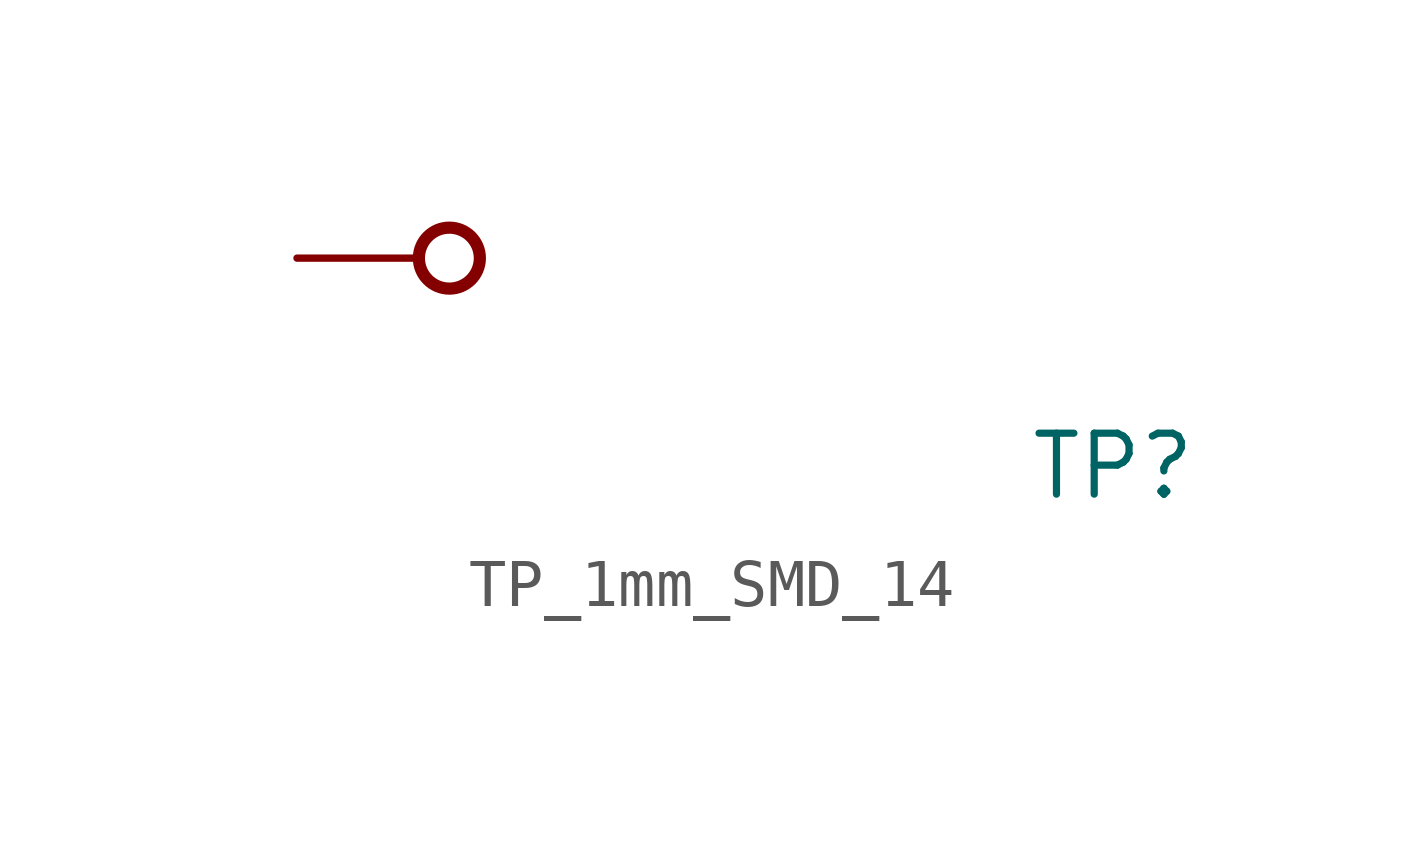
<source format=kicad_sym>
(kicad_symbol_lib
  (version 20211014)
  (generator kicad_symbol_editor)
  (symbol "data-center-rdimm-ddr4-tester:TP_1mm_SMD_14"
    (pin_numbers hide)
    (pin_names hide)
    (property "Reference" "TP"
      (at 15.24 -5.08 0)
      (effects (font (size 1.27 1.27) (thickness 0.15)) (justify left bottom)))
    (symbol "TP_1mm_SMD_14_1_1"
      (circle (center 3.175 0) (radius 0.635) (stroke (width 0.254) (type default)) (fill (type none)))
      (pin passive line (at 0 0 0) (length 2.54) (name "1" (effects (font (size 1.27 1.27)))) (number "1" (effects (font (size 1.27 1.27))))))))
</source>
